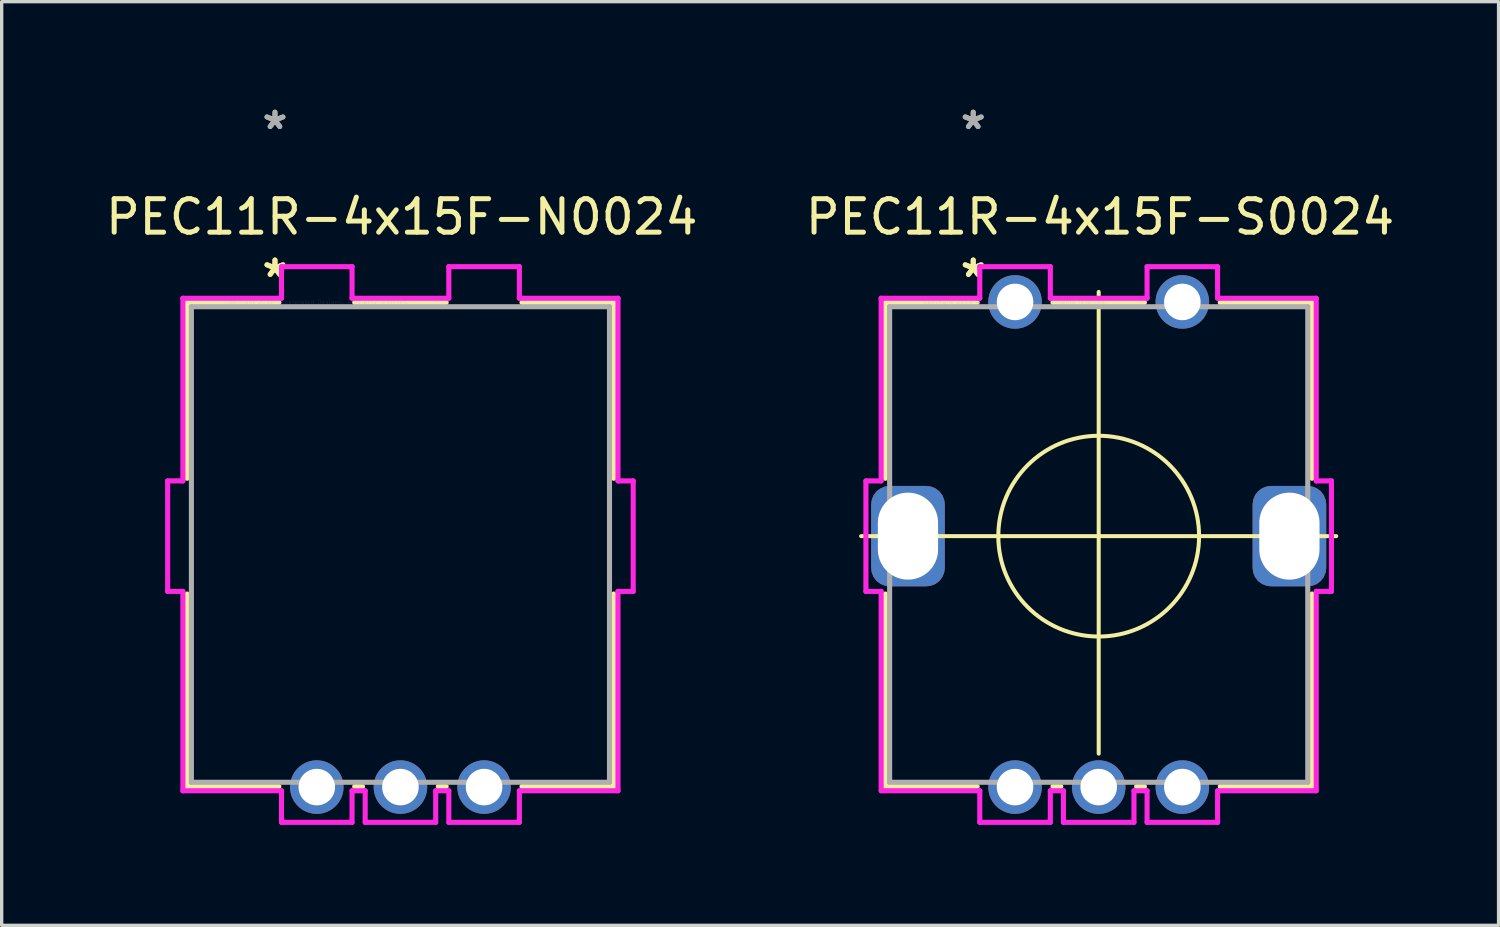
<source format=kicad_pcb>
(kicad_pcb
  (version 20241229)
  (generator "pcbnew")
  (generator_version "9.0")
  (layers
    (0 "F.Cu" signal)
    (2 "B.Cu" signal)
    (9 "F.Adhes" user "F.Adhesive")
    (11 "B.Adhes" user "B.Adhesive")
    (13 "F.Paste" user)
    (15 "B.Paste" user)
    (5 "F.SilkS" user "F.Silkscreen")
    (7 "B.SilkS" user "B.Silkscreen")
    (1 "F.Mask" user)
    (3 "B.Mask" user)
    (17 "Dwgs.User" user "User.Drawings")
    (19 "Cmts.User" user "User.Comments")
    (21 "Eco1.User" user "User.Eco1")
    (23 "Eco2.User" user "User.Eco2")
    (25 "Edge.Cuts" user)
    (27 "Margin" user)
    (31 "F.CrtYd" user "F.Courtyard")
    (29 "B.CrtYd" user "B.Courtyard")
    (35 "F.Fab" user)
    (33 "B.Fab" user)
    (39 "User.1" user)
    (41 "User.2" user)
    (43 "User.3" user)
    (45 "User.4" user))
  (footprint "PEC11R-4x15F-S0024"
    (layer "F.Cu")
    (at 27.287 5.974)
    (property "Reference" "PEC11R-4x15F-S0024" (at 2.54 -2.54 0) (layer "F.SilkS") (effects (font (size 1 1) (thickness 0.15))))
    (attr through_hole)
    (fp_line (start -3.875 0.017) (end -3.875 5.27) (stroke (width 0.152) (type solid)) (layer "F.SilkS"))
    (fp_line (start -3.875 8.73) (end -3.875 14.483) (stroke (width 0.152) (type solid)) (layer "F.SilkS"))
    (fp_line (start -3.875 14.483) (end -1.133 14.483) (stroke (width 0.152) (type solid)) (layer "F.SilkS"))
    (fp_line (start -1.133 0.017) (end -3.875 0.017) (stroke (width 0.152) (type solid)) (layer "F.SilkS"))
    (fp_line (start 1.133 14.483) (end 1.367 14.483) (stroke (width 0.152) (type solid)) (layer "F.SilkS"))
    (fp_line (start 1.849 0.017) (end 1.133 0.017) (stroke (width 0.152) (type solid)) (layer "F.SilkS"))
    (fp_line (start 2.5 7) (end -4.6 7) (stroke (width 0.12) (type solid)) (layer "F.SilkS"))
    (fp_line (start 2.5 7) (end 2.5 -0.3) (stroke (width 0.12) (type solid)) (layer "F.SilkS"))
    (fp_line (start 2.5 7) (end 2.5 13.5) (stroke (width 0.12) (type solid)) (layer "F.SilkS"))
    (fp_line (start 2.5 7) (end 9.6 7) (stroke (width 0.12) (type solid)) (layer "F.SilkS"))
    (fp_line (start 3.633 14.483) (end 3.867 14.483) (stroke (width 0.152) (type solid)) (layer "F.SilkS"))
    (fp_line (start 3.867 0.017) (end 1.849 0.017) (stroke (width 0.152) (type solid)) (layer "F.SilkS"))
    (fp_line (start 6.133 14.483) (end 8.875 14.483) (stroke (width 0.152) (type solid)) (layer "F.SilkS"))
    (fp_line (start 8.875 0.017) (end 6.133 0.017) (stroke (width 0.152) (type solid)) (layer "F.SilkS"))
    (fp_line (start 8.875 5.27) (end 8.875 0.017) (stroke (width 0.152) (type solid)) (layer "F.SilkS"))
    (fp_line (start 8.875 14.483) (end 8.875 8.73) (stroke (width 0.152) (type solid)) (layer "F.SilkS"))
    (fp_circle (center 2.5 7) (end 5.5 7) (stroke (width 0.12) (type solid)) (fill no) (layer "F.SilkS"))
    (fp_line (start -4.457 5.349) (end -4.457 8.651) (stroke (width 0.152) (type solid)) (layer "F.CrtYd"))
    (fp_line (start -4.457 8.651) (end -4.002 8.651) (stroke (width 0.152) (type solid)) (layer "F.CrtYd"))
    (fp_line (start -4.002 -0.11) (end -4.002 5.349) (stroke (width 0.152) (type solid)) (layer "F.CrtYd"))
    (fp_line (start -4.002 5.349) (end -4.457 5.349) (stroke (width 0.152) (type solid)) (layer "F.CrtYd"))
    (fp_line (start -4.002 8.651) (end -4.002 14.61) (stroke (width 0.152) (type solid)) (layer "F.CrtYd"))
    (fp_line (start -4.002 14.61) (end -1.054 14.61) (stroke (width 0.152) (type solid)) (layer "F.CrtYd"))
    (fp_line (start -1.054 -1.054) (end -1.054 -0.11) (stroke (width 0.152) (type solid)) (layer "F.CrtYd"))
    (fp_line (start -1.054 -0.11) (end -4.002 -0.11) (stroke (width 0.152) (type solid)) (layer "F.CrtYd"))
    (fp_line (start -1.054 14.61) (end -1.054 15.554) (stroke (width 0.152) (type solid)) (layer "F.CrtYd"))
    (fp_line (start -1.054 15.554) (end 1.054 15.554) (stroke (width 0.152) (type solid)) (layer "F.CrtYd"))
    (fp_line (start 1.054 -1.054) (end -1.054 -1.054) (stroke (width 0.152) (type solid)) (layer "F.CrtYd"))
    (fp_line (start 1.054 -0.11) (end 1.054 -1.054) (stroke (width 0.152) (type solid)) (layer "F.CrtYd"))
    (fp_line (start 1.054 14.61) (end 1.446 14.61) (stroke (width 0.152) (type solid)) (layer "F.CrtYd"))
    (fp_line (start 1.054 15.554) (end 1.054 14.61) (stroke (width 0.152) (type solid)) (layer "F.CrtYd"))
    (fp_line (start 1.446 14.61) (end 1.446 15.554) (stroke (width 0.152) (type solid)) (layer "F.CrtYd"))
    (fp_line (start 1.446 15.554) (end 3.554 15.554) (stroke (width 0.152) (type solid)) (layer "F.CrtYd"))
    (fp_line (start 3.554 14.61) (end 3.946 14.61) (stroke (width 0.152) (type solid)) (layer "F.CrtYd"))
    (fp_line (start 3.554 15.554) (end 3.554 14.61) (stroke (width 0.152) (type solid)) (layer "F.CrtYd"))
    (fp_line (start 3.946 -1.054) (end 3.946 -0.11) (stroke (width 0.152) (type solid)) (layer "F.CrtYd"))
    (fp_line (start 3.946 -0.11) (end 1.054 -0.11) (stroke (width 0.152) (type solid)) (layer "F.CrtYd"))
    (fp_line (start 3.946 14.61) (end 3.946 15.554) (stroke (width 0.152) (type solid)) (layer "F.CrtYd"))
    (fp_line (start 3.946 15.554) (end 6.054 15.554) (stroke (width 0.152) (type solid)) (layer "F.CrtYd"))
    (fp_line (start 6.054 -1.054) (end 3.946 -1.054) (stroke (width 0.152) (type solid)) (layer "F.CrtYd"))
    (fp_line (start 6.054 -0.11) (end 6.054 -1.054) (stroke (width 0.152) (type solid)) (layer "F.CrtYd"))
    (fp_line (start 6.054 14.61) (end 9.002 14.61) (stroke (width 0.152) (type solid)) (layer "F.CrtYd"))
    (fp_line (start 6.054 15.554) (end 6.054 14.61) (stroke (width 0.152) (type solid)) (layer "F.CrtYd"))
    (fp_line (start 9.002 -0.11) (end 6.054 -0.11) (stroke (width 0.152) (type solid)) (layer "F.CrtYd"))
    (fp_line (start 9.002 5.349) (end 9.002 -0.11) (stroke (width 0.152) (type solid)) (layer "F.CrtYd"))
    (fp_line (start 9.002 8.651) (end 9.457 8.651) (stroke (width 0.152) (type solid)) (layer "F.CrtYd"))
    (fp_line (start 9.002 14.61) (end 9.002 8.651) (stroke (width 0.152) (type solid)) (layer "F.CrtYd"))
    (fp_line (start 9.457 5.349) (end 9.002 5.349) (stroke (width 0.152) (type solid)) (layer "F.CrtYd"))
    (fp_line (start 9.457 8.651) (end 9.457 5.349) (stroke (width 0.152) (type solid)) (layer "F.CrtYd"))
    (fp_line (start -3.748 0.144) (end -3.748 14.356) (stroke (width 0.152) (type solid)) (layer "F.Fab"))
    (fp_line (start -3.748 14.356) (end 8.748 14.356) (stroke (width 0.152) (type solid)) (layer "F.Fab"))
    (fp_line (start 8.748 0.144) (end -3.748 0.144) (stroke (width 0.152) (type solid)) (layer "F.Fab"))
    (fp_line (start 8.748 14.356) (end 8.748 0.144) (stroke (width 0.152) (type solid)) (layer "F.Fab"))
    (fp_text user "*" (at -1.25 -0.707 0) (layer "F.SilkS") (effects (font (size 1 1) (thickness 0.15))))
    (fp_text user "*" (at -1.25 -0.707 0) (layer "F.SilkS") (effects (font (size 1 1) (thickness 0.15))))
    (fp_text user "Copyright 2016 Accelerated Designs. All rights reserved." (at 0 0 0) (layer "Cmts.User") (effects (font (size 0.127 0.127) (thickness 0.002))))
    (fp_text user "*" (at -1.25 -5.126 0) (layer "F.Fab") (effects (font (size 1 1) (thickness 0.15))))
    (fp_text user "*" (at -1.25 -5.126 0) (layer "F.Fab") (effects (font (size 1 1) (thickness 0.15))))
    (pad "1" thru_hole roundrect (at -3.2 7) (size 2.2 3) (drill oval 1.8 2.6) (layers "*.Cu" "*.Mask") (roundrect_rratio 0.25))
    (pad "2" thru_hole roundrect (at 8.2 7) (size 2.2 3) (drill oval 1.8 2.6) (layers "*.Cu" "*.Mask") (roundrect_rratio 0.25))
    (pad "A" thru_hole circle (at 0 14.5) (size 1.6 1.6) (drill 1.092) (layers "*.Cu" "*.Mask"))
    (pad "B" thru_hole circle (at 5 14.5) (size 1.6 1.6) (drill 1.092) (layers "*.Cu" "*.Mask"))
    (pad "C" thru_hole circle (at 2.5 14.5) (size 1.6 1.6) (drill 1.092) (layers "*.Cu" "*.Mask"))
    (pad "S1" thru_hole circle (at 0 0) (size 1.6 1.6) (drill 1.092) (layers "*.Cu" "*.Mask"))
    (pad "S2" thru_hole circle (at 5 0) (size 1.6 1.6) (drill 1.092) (layers "*.Cu" "*.Mask")))
  (footprint "PEC11R-4x15F-N0024"
    (layer "F.Cu")
    (at 6.418 5.974)
    (property "Reference" "PEC11R-4x15F-N0024" (at 2.54 -2.54 0) (layer "F.SilkS") (effects (font (size 1 1) (thickness 0.15))))
    (attr through_hole)
    (fp_line (start -3.875 0.017) (end -3.875 5.27) (stroke (width 0.152) (type solid)) (layer "F.SilkS"))
    (fp_line (start -3.875 8.73) (end -3.875 14.483) (stroke (width 0.152) (type solid)) (layer "F.SilkS"))
    (fp_line (start -3.875 14.483) (end -1.133 14.483) (stroke (width 0.152) (type solid)) (layer "F.SilkS"))
    (fp_line (start -1.133 0.017) (end -3.875 0.017) (stroke (width 0.152) (type solid)) (layer "F.SilkS"))
    (fp_line (start 1.133 14.483) (end 1.367 14.483) (stroke (width 0.152) (type solid)) (layer "F.SilkS"))
    (fp_line (start 1.849 0.017) (end 1.133 0.017) (stroke (width 0.152) (type solid)) (layer "F.SilkS"))
    (fp_line (start 3.633 14.483) (end 3.867 14.483) (stroke (width 0.152) (type solid)) (layer "F.SilkS"))
    (fp_line (start 3.867 0.017) (end 1.849 0.017) (stroke (width 0.152) (type solid)) (layer "F.SilkS"))
    (fp_line (start 6.133 14.483) (end 8.875 14.483) (stroke (width 0.152) (type solid)) (layer "F.SilkS"))
    (fp_line (start 8.875 0.017) (end 6.133 0.017) (stroke (width 0.152) (type solid)) (layer "F.SilkS"))
    (fp_line (start 8.875 5.27) (end 8.875 0.017) (stroke (width 0.152) (type solid)) (layer "F.SilkS"))
    (fp_line (start 8.875 14.483) (end 8.875 8.73) (stroke (width 0.152) (type solid)) (layer "F.SilkS"))
    (fp_line (start -4.457 5.349) (end -4.457 8.651) (stroke (width 0.152) (type solid)) (layer "F.CrtYd"))
    (fp_line (start -4.457 8.651) (end -4.002 8.651) (stroke (width 0.152) (type solid)) (layer "F.CrtYd"))
    (fp_line (start -4.002 -0.11) (end -4.002 5.349) (stroke (width 0.152) (type solid)) (layer "F.CrtYd"))
    (fp_line (start -4.002 5.349) (end -4.457 5.349) (stroke (width 0.152) (type solid)) (layer "F.CrtYd"))
    (fp_line (start -4.002 8.651) (end -4.002 14.61) (stroke (width 0.152) (type solid)) (layer "F.CrtYd"))
    (fp_line (start -4.002 14.61) (end -1.054 14.61) (stroke (width 0.152) (type solid)) (layer "F.CrtYd"))
    (fp_line (start -1.054 -1.054) (end -1.054 -0.11) (stroke (width 0.152) (type solid)) (layer "F.CrtYd"))
    (fp_line (start -1.054 -0.11) (end -4.002 -0.11) (stroke (width 0.152) (type solid)) (layer "F.CrtYd"))
    (fp_line (start -1.054 14.61) (end -1.054 15.554) (stroke (width 0.152) (type solid)) (layer "F.CrtYd"))
    (fp_line (start -1.054 15.554) (end 1.054 15.554) (stroke (width 0.152) (type solid)) (layer "F.CrtYd"))
    (fp_line (start 1.054 -1.054) (end -1.054 -1.054) (stroke (width 0.152) (type solid)) (layer "F.CrtYd"))
    (fp_line (start 1.054 -0.11) (end 1.054 -1.054) (stroke (width 0.152) (type solid)) (layer "F.CrtYd"))
    (fp_line (start 1.054 14.61) (end 1.446 14.61) (stroke (width 0.152) (type solid)) (layer "F.CrtYd"))
    (fp_line (start 1.054 15.554) (end 1.054 14.61) (stroke (width 0.152) (type solid)) (layer "F.CrtYd"))
    (fp_line (start 1.446 14.61) (end 1.446 15.554) (stroke (width 0.152) (type solid)) (layer "F.CrtYd"))
    (fp_line (start 1.446 15.554) (end 3.554 15.554) (stroke (width 0.152) (type solid)) (layer "F.CrtYd"))
    (fp_line (start 3.554 14.61) (end 3.946 14.61) (stroke (width 0.152) (type solid)) (layer "F.CrtYd"))
    (fp_line (start 3.554 15.554) (end 3.554 14.61) (stroke (width 0.152) (type solid)) (layer "F.CrtYd"))
    (fp_line (start 3.946 -1.054) (end 3.946 -0.11) (stroke (width 0.152) (type solid)) (layer "F.CrtYd"))
    (fp_line (start 3.946 -0.11) (end 1.054 -0.11) (stroke (width 0.152) (type solid)) (layer "F.CrtYd"))
    (fp_line (start 3.946 14.61) (end 3.946 15.554) (stroke (width 0.152) (type solid)) (layer "F.CrtYd"))
    (fp_line (start 3.946 15.554) (end 6.054 15.554) (stroke (width 0.152) (type solid)) (layer "F.CrtYd"))
    (fp_line (start 6.054 -1.054) (end 3.946 -1.054) (stroke (width 0.152) (type solid)) (layer "F.CrtYd"))
    (fp_line (start 6.054 -0.11) (end 6.054 -1.054) (stroke (width 0.152) (type solid)) (layer "F.CrtYd"))
    (fp_line (start 6.054 14.61) (end 9.002 14.61) (stroke (width 0.152) (type solid)) (layer "F.CrtYd"))
    (fp_line (start 6.054 15.554) (end 6.054 14.61) (stroke (width 0.152) (type solid)) (layer "F.CrtYd"))
    (fp_line (start 9.002 -0.11) (end 6.054 -0.11) (stroke (width 0.152) (type solid)) (layer "F.CrtYd"))
    (fp_line (start 9.002 5.349) (end 9.002 -0.11) (stroke (width 0.152) (type solid)) (layer "F.CrtYd"))
    (fp_line (start 9.002 8.651) (end 9.457 8.651) (stroke (width 0.152) (type solid)) (layer "F.CrtYd"))
    (fp_line (start 9.002 14.61) (end 9.002 8.651) (stroke (width 0.152) (type solid)) (layer "F.CrtYd"))
    (fp_line (start 9.457 5.349) (end 9.002 5.349) (stroke (width 0.152) (type solid)) (layer "F.CrtYd"))
    (fp_line (start 9.457 8.651) (end 9.457 5.349) (stroke (width 0.152) (type solid)) (layer "F.CrtYd"))
    (fp_line (start -3.748 0.144) (end -3.748 14.356) (stroke (width 0.152) (type solid)) (layer "F.Fab"))
    (fp_line (start -3.748 14.356) (end 8.748 14.356) (stroke (width 0.152) (type solid)) (layer "F.Fab"))
    (fp_line (start 8.748 0.144) (end -3.748 0.144) (stroke (width 0.152) (type solid)) (layer "F.Fab"))
    (fp_line (start 8.748 14.356) (end 8.748 0.144) (stroke (width 0.152) (type solid)) (layer "F.Fab"))
    (fp_text user "*" (at -1.25 -0.707 0) (layer "F.SilkS") (effects (font (size 1 1) (thickness 0.15))))
    (fp_text user "*" (at -1.25 -0.707 0) (layer "F.SilkS") (effects (font (size 1 1) (thickness 0.15))))
    (fp_text user "Copyright 2016 Accelerated Designs. All rights reserved." (at 0 0 0) (layer "Cmts.User") (effects (font (size 0.127 0.127) (thickness 0.002))))
    (fp_text user "*" (at -1.25 -5.126 0) (layer "F.Fab") (effects (font (size 1 1) (thickness 0.15))))
    (fp_text user "*" (at -1.25 -5.126 0) (layer "F.Fab") (effects (font (size 1 1) (thickness 0.15))))
    (pad "A" thru_hole circle (at 0 14.5) (size 1.6 1.6) (drill 1.092) (layers "*.Cu" "*.Mask"))
    (pad "B" thru_hole circle (at 5 14.5) (size 1.6 1.6) (drill 1.092) (layers "*.Cu" "*.Mask"))
    (pad "C" thru_hole circle (at 2.5 14.5) (size 1.6 1.6) (drill 1.092) (layers "*.Cu" "*.Mask")))
  (gr_rect
    (start -3 -3)
    (end 41.738 24.605)
    (stroke (width 0.1) (type default))
    (fill no)
    (layer "Edge.Cuts")))
</source>
